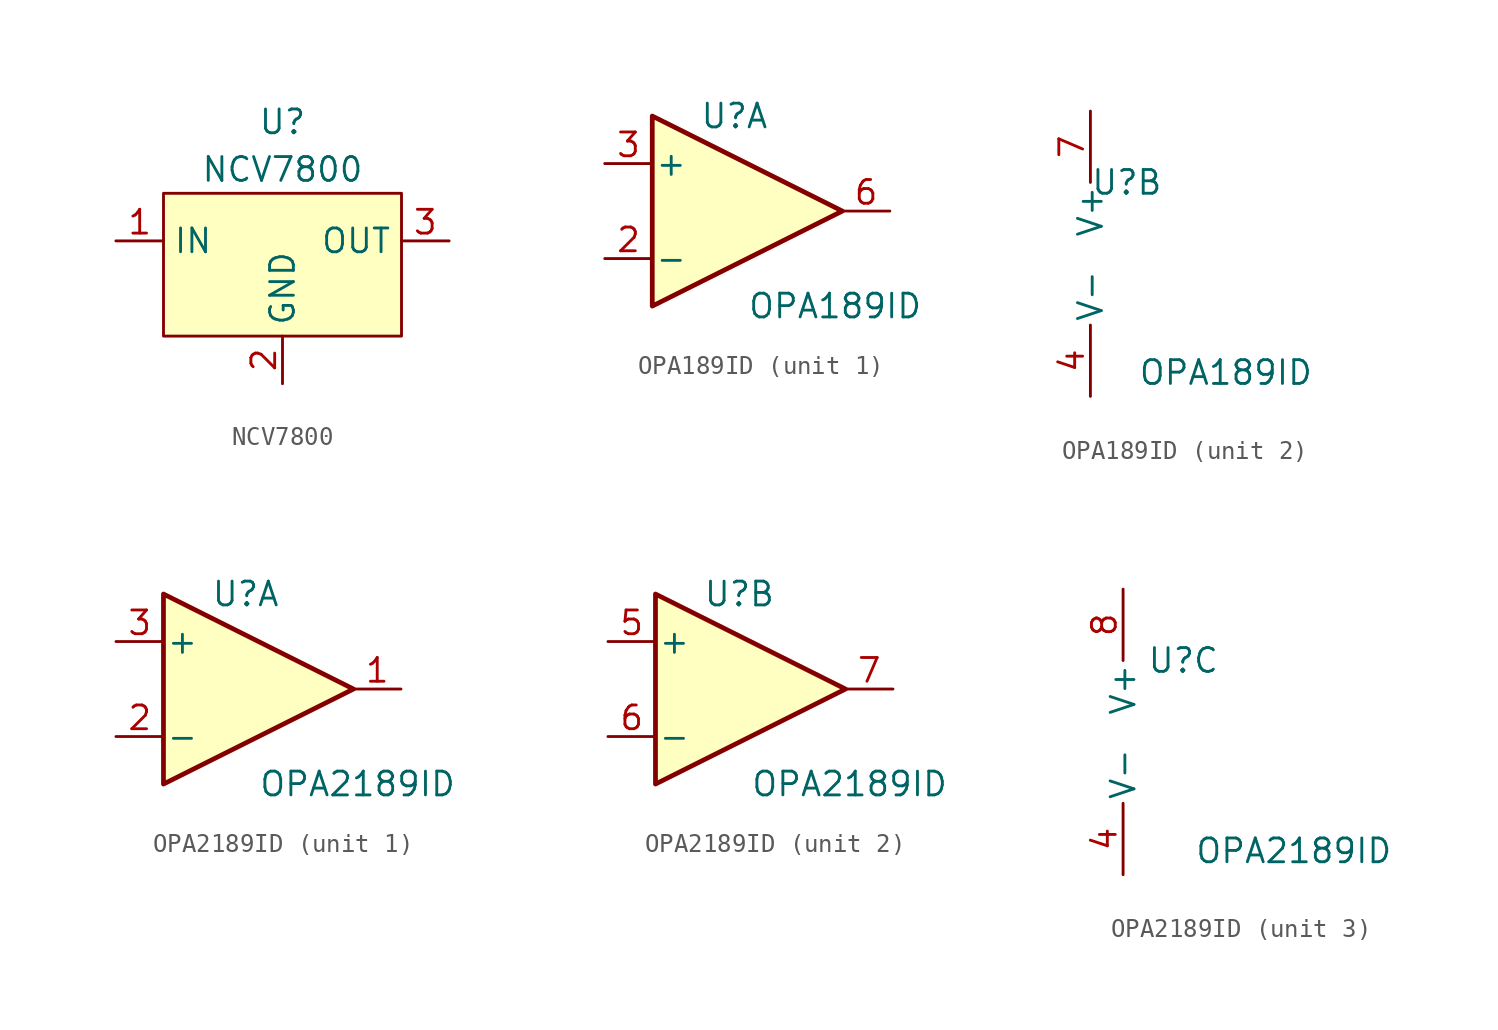
<source format=kicad_sym>
(kicad_symbol_lib
  (version 20211014)
  (generator kicad_symbol_editor)
  (symbol "NCV7800"
    (property "Reference" "U"
      (at 0 7.62 0)
      (effects (font (size 1.27 1.27))))
    (property "Value" "NCV7800"
      (at 0 5.08 0)
      (effects (font (size 1.27 1.27))))
    (symbol "NCV7800_0_1"
      (rectangle (start -6.35 3.81) (end 6.35 -3.81) (stroke (width 0) (type default) (color 0 0 0 0)) (fill (type background))))
    (symbol "NCV7800_1_1"
      (pin power_in line (at -8.89 1.27 0) (length 2.54) (name "IN" (effects (font (size 1.27 1.27)))) (number "1" (effects (font (size 1.27 1.27)))))
      (pin power_in line (at 0 -6.35 90) (length 2.54) (name "GND" (effects (font (size 1.27 1.27)))) (number "2" (effects (font (size 1.27 1.27)))))
      (pin power_out line (at 8.89 1.27 180) (length 2.54) (name "OUT" (effects (font (size 1.27 1.27)))) (number "3" (effects (font (size 1.27 1.27)))))))
  (symbol "OPA189ID"
    (pin_names
      (offset 0.127))
    (property "Reference" "U"
      (at -2.54 5.08 0)
      (effects (font (size 1.27 1.27)) (justify left)))
    (property "Value" "OPA189ID"
      (at 0 -5.08 0)
      (effects (font (size 1.27 1.27)) (justify left)))
    (property "ki_locked" ""
      (at 0 0 0)
      (effects (font (size 1.27 1.27))))
    (symbol "OPA189ID_1_1"
      (polyline (pts (xy -5.08 5.08) (xy 5.08 0) (xy -5.08 -5.08) (xy -5.08 5.08)) (stroke (width 0.254) (type default) (color 0 0 0 0)) (fill (type background)))
      (pin input line (at -7.62 -2.54 0) (length 2.54) (name "-" (effects (font (size 1.27 1.27)))) (number "2" (effects (font (size 1.27 1.27)))))
      (pin input line (at -7.62 2.54 0) (length 2.54) (name "+" (effects (font (size 1.27 1.27)))) (number "3" (effects (font (size 1.27 1.27)))))
      (pin output line (at 7.62 0 180) (length 2.54) (name "~" (effects (font (size 1.27 1.27)))) (number "6" (effects (font (size 1.27 1.27))))))
    (symbol "OPA189ID_2_1"
      (pin power_in line (at -2.54 -6.35 90) (length 3.81) (name "V-" (effects (font (size 1.27 1.27)))) (number "4" (effects (font (size 1.27 1.27)))))
      (pin power_in line (at -2.54 8.89 270) (length 3.81) (name "V+" (effects (font (size 1.27 1.27)))) (number "7" (effects (font (size 1.27 1.27)))))))
  (symbol "OPA2189ID"
    (pin_names
      (offset 0.127))
    (property "Reference" "U"
      (at -2.54 5.08 0)
      (effects (font (size 1.27 1.27)) (justify left)))
    (property "Value" "OPA2189ID"
      (at 0 -5.08 0)
      (effects (font (size 1.27 1.27)) (justify left)))
    (property "ki_locked" ""
      (at 0 0 0)
      (effects (font (size 1.27 1.27))))
    (symbol "OPA2189ID_1_1"
      (polyline (pts (xy -5.08 5.08) (xy 5.08 0) (xy -5.08 -5.08) (xy -5.08 5.08)) (stroke (width 0.254) (type default) (color 0 0 0 0)) (fill (type background)))
      (pin output line (at 7.62 0 180) (length 2.54) (name "~" (effects (font (size 1.27 1.27)))) (number "1" (effects (font (size 1.27 1.27)))))
      (pin input line (at -7.62 -2.54 0) (length 2.54) (name "-" (effects (font (size 1.27 1.27)))) (number "2" (effects (font (size 1.27 1.27)))))
      (pin input line (at -7.62 2.54 0) (length 2.54) (name "+" (effects (font (size 1.27 1.27)))) (number "3" (effects (font (size 1.27 1.27))))))
    (symbol "OPA2189ID_2_1"
      (polyline (pts (xy -5.08 5.08) (xy 5.08 0) (xy -5.08 -5.08) (xy -5.08 5.08)) (stroke (width 0.254) (type default) (color 0 0 0 0)) (fill (type background)))
      (pin input line (at -7.62 2.54 0) (length 2.54) (name "+" (effects (font (size 1.27 1.27)))) (number "5" (effects (font (size 1.27 1.27)))))
      (pin input line (at -7.62 -2.54 0) (length 2.54) (name "-" (effects (font (size 1.27 1.27)))) (number "6" (effects (font (size 1.27 1.27)))))
      (pin output line (at 7.62 0 180) (length 2.54) (name "~" (effects (font (size 1.27 1.27)))) (number "7" (effects (font (size 1.27 1.27))))))
    (symbol "OPA2189ID_3_1"
      (pin power_in line (at -3.81 -6.35 90) (length 3.81) (name "V-" (effects (font (size 1.27 1.27)))) (number "4" (effects (font (size 1.27 1.27)))))
      (pin power_in line (at -3.81 8.89 270) (length 3.81) (name "V+" (effects (font (size 1.27 1.27)))) (number "8" (effects (font (size 1.27 1.27))))))))
</source>
